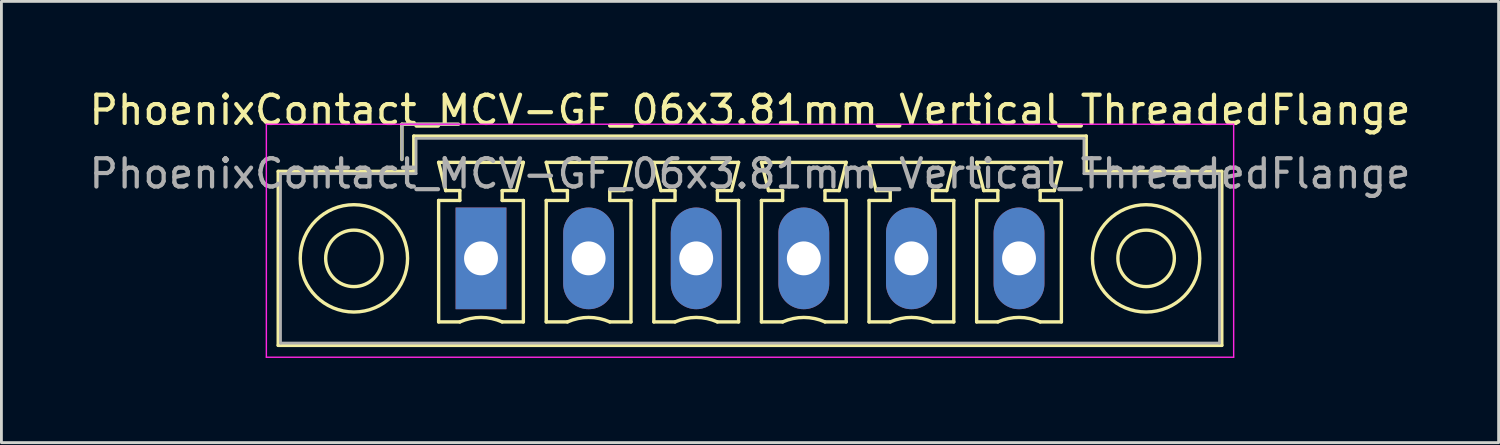
<source format=kicad_pcb>
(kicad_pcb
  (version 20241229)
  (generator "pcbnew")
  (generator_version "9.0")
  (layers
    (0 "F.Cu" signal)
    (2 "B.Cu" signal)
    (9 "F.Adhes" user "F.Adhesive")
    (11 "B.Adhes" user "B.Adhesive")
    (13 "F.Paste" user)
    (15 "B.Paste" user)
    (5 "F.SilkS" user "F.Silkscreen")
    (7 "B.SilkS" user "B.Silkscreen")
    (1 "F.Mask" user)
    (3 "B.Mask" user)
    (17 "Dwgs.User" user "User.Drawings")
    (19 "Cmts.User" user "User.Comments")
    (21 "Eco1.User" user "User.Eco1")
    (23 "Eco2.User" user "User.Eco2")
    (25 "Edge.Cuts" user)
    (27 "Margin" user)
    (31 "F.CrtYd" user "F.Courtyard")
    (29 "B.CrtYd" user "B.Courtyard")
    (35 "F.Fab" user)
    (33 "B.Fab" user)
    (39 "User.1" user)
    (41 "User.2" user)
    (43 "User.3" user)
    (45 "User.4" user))
  (footprint "PhoenixContact_MCV-GF_06x3.81mm_Vertical_ThreadedFlange"
    (layer "F.Cu")
    (at 13.981 6.098)
    (property "Reference" "PhoenixContact_MCV-GF_06x3.81mm_Vertical_ThreadedFlange" (at 9.525 -5.25 0) (layer "F.SilkS") (effects (font (size 1 1) (thickness 0.15))))
    (attr through_hole)
    (fp_line (start -7.18 -3.08) (end -7.18 3.08) (stroke (width 0.12) (type solid)) (layer "F.SilkS"))
    (fp_line (start -7.18 3.08) (end 26.23 3.08) (stroke (width 0.12) (type solid)) (layer "F.SilkS"))
    (fp_line (start -2.8 -4.75) (end -0.8 -4.75) (stroke (width 0.12) (type solid)) (layer "F.SilkS"))
    (fp_line (start -2.8 -3.5) (end -2.8 -4.75) (stroke (width 0.12) (type solid)) (layer "F.SilkS"))
    (fp_line (start -2.38 -4.33) (end -2.38 -3.08) (stroke (width 0.12) (type solid)) (layer "F.SilkS"))
    (fp_line (start -2.38 -3.08) (end -7.18 -3.08) (stroke (width 0.12) (type solid)) (layer "F.SilkS"))
    (fp_line (start -1.5 -3.4) (end 1.5 -3.4) (stroke (width 0.12) (type solid)) (layer "F.SilkS"))
    (fp_line (start -1.5 -2.05) (end -0.75 -2.05) (stroke (width 0.12) (type solid)) (layer "F.SilkS"))
    (fp_line (start -1.5 2.25) (end -1.5 -2.05) (stroke (width 0.12) (type solid)) (layer "F.SilkS"))
    (fp_line (start -1.25 -2.4) (end -1.5 -3.4) (stroke (width 0.12) (type solid)) (layer "F.SilkS"))
    (fp_line (start -0.75 -2.4) (end -1.25 -2.4) (stroke (width 0.12) (type solid)) (layer "F.SilkS"))
    (fp_line (start -0.75 -2.05) (end -0.75 -2.4) (stroke (width 0.12) (type solid)) (layer "F.SilkS"))
    (fp_line (start -0.75 2.25) (end -1.5 2.25) (stroke (width 0.12) (type solid)) (layer "F.SilkS"))
    (fp_line (start 0.75 -2.4) (end 0.75 -2.05) (stroke (width 0.12) (type solid)) (layer "F.SilkS"))
    (fp_line (start 0.75 -2.05) (end 1.5 -2.05) (stroke (width 0.12) (type solid)) (layer "F.SilkS"))
    (fp_line (start 1.25 -2.4) (end 0.75 -2.4) (stroke (width 0.12) (type solid)) (layer "F.SilkS"))
    (fp_line (start 1.5 -3.4) (end 1.25 -2.4) (stroke (width 0.12) (type solid)) (layer "F.SilkS"))
    (fp_line (start 1.5 -2.05) (end 1.5 2.25) (stroke (width 0.12) (type solid)) (layer "F.SilkS"))
    (fp_line (start 1.5 2.25) (end 0.75 2.25) (stroke (width 0.12) (type solid)) (layer "F.SilkS"))
    (fp_line (start 2.31 -3.4) (end 5.31 -3.4) (stroke (width 0.12) (type solid)) (layer "F.SilkS"))
    (fp_line (start 2.31 -2.05) (end 3.06 -2.05) (stroke (width 0.12) (type solid)) (layer "F.SilkS"))
    (fp_line (start 2.31 2.25) (end 2.31 -2.05) (stroke (width 0.12) (type solid)) (layer "F.SilkS"))
    (fp_line (start 2.56 -2.4) (end 2.31 -3.4) (stroke (width 0.12) (type solid)) (layer "F.SilkS"))
    (fp_line (start 3.06 -2.4) (end 2.56 -2.4) (stroke (width 0.12) (type solid)) (layer "F.SilkS"))
    (fp_line (start 3.06 -2.05) (end 3.06 -2.4) (stroke (width 0.12) (type solid)) (layer "F.SilkS"))
    (fp_line (start 3.06 2.25) (end 2.31 2.25) (stroke (width 0.12) (type solid)) (layer "F.SilkS"))
    (fp_line (start 4.56 -2.4) (end 4.56 -2.05) (stroke (width 0.12) (type solid)) (layer "F.SilkS"))
    (fp_line (start 4.56 -2.05) (end 5.31 -2.05) (stroke (width 0.12) (type solid)) (layer "F.SilkS"))
    (fp_line (start 5.06 -2.4) (end 4.56 -2.4) (stroke (width 0.12) (type solid)) (layer "F.SilkS"))
    (fp_line (start 5.31 -3.4) (end 5.06 -2.4) (stroke (width 0.12) (type solid)) (layer "F.SilkS"))
    (fp_line (start 5.31 -2.05) (end 5.31 2.25) (stroke (width 0.12) (type solid)) (layer "F.SilkS"))
    (fp_line (start 5.31 2.25) (end 4.56 2.25) (stroke (width 0.12) (type solid)) (layer "F.SilkS"))
    (fp_line (start 6.12 -3.4) (end 9.12 -3.4) (stroke (width 0.12) (type solid)) (layer "F.SilkS"))
    (fp_line (start 6.12 -2.05) (end 6.87 -2.05) (stroke (width 0.12) (type solid)) (layer "F.SilkS"))
    (fp_line (start 6.12 2.25) (end 6.12 -2.05) (stroke (width 0.12) (type solid)) (layer "F.SilkS"))
    (fp_line (start 6.37 -2.4) (end 6.12 -3.4) (stroke (width 0.12) (type solid)) (layer "F.SilkS"))
    (fp_line (start 6.87 -2.4) (end 6.37 -2.4) (stroke (width 0.12) (type solid)) (layer "F.SilkS"))
    (fp_line (start 6.87 -2.05) (end 6.87 -2.4) (stroke (width 0.12) (type solid)) (layer "F.SilkS"))
    (fp_line (start 6.87 2.25) (end 6.12 2.25) (stroke (width 0.12) (type solid)) (layer "F.SilkS"))
    (fp_line (start 8.37 -2.4) (end 8.37 -2.05) (stroke (width 0.12) (type solid)) (layer "F.SilkS"))
    (fp_line (start 8.37 -2.05) (end 9.12 -2.05) (stroke (width 0.12) (type solid)) (layer "F.SilkS"))
    (fp_line (start 8.87 -2.4) (end 8.37 -2.4) (stroke (width 0.12) (type solid)) (layer "F.SilkS"))
    (fp_line (start 9.12 -3.4) (end 8.87 -2.4) (stroke (width 0.12) (type solid)) (layer "F.SilkS"))
    (fp_line (start 9.12 -2.05) (end 9.12 2.25) (stroke (width 0.12) (type solid)) (layer "F.SilkS"))
    (fp_line (start 9.12 2.25) (end 8.37 2.25) (stroke (width 0.12) (type solid)) (layer "F.SilkS"))
    (fp_line (start 9.93 -3.4) (end 12.93 -3.4) (stroke (width 0.12) (type solid)) (layer "F.SilkS"))
    (fp_line (start 9.93 -2.05) (end 10.68 -2.05) (stroke (width 0.12) (type solid)) (layer "F.SilkS"))
    (fp_line (start 9.93 2.25) (end 9.93 -2.05) (stroke (width 0.12) (type solid)) (layer "F.SilkS"))
    (fp_line (start 10.18 -2.4) (end 9.93 -3.4) (stroke (width 0.12) (type solid)) (layer "F.SilkS"))
    (fp_line (start 10.68 -2.4) (end 10.18 -2.4) (stroke (width 0.12) (type solid)) (layer "F.SilkS"))
    (fp_line (start 10.68 -2.05) (end 10.68 -2.4) (stroke (width 0.12) (type solid)) (layer "F.SilkS"))
    (fp_line (start 10.68 2.25) (end 9.93 2.25) (stroke (width 0.12) (type solid)) (layer "F.SilkS"))
    (fp_line (start 12.18 -2.4) (end 12.18 -2.05) (stroke (width 0.12) (type solid)) (layer "F.SilkS"))
    (fp_line (start 12.18 -2.05) (end 12.93 -2.05) (stroke (width 0.12) (type solid)) (layer "F.SilkS"))
    (fp_line (start 12.68 -2.4) (end 12.18 -2.4) (stroke (width 0.12) (type solid)) (layer "F.SilkS"))
    (fp_line (start 12.93 -3.4) (end 12.68 -2.4) (stroke (width 0.12) (type solid)) (layer "F.SilkS"))
    (fp_line (start 12.93 -2.05) (end 12.93 2.25) (stroke (width 0.12) (type solid)) (layer "F.SilkS"))
    (fp_line (start 12.93 2.25) (end 12.18 2.25) (stroke (width 0.12) (type solid)) (layer "F.SilkS"))
    (fp_line (start 13.74 -3.4) (end 16.74 -3.4) (stroke (width 0.12) (type solid)) (layer "F.SilkS"))
    (fp_line (start 13.74 -2.05) (end 14.49 -2.05) (stroke (width 0.12) (type solid)) (layer "F.SilkS"))
    (fp_line (start 13.74 2.25) (end 13.74 -2.05) (stroke (width 0.12) (type solid)) (layer "F.SilkS"))
    (fp_line (start 13.99 -2.4) (end 13.74 -3.4) (stroke (width 0.12) (type solid)) (layer "F.SilkS"))
    (fp_line (start 14.49 -2.4) (end 13.99 -2.4) (stroke (width 0.12) (type solid)) (layer "F.SilkS"))
    (fp_line (start 14.49 -2.05) (end 14.49 -2.4) (stroke (width 0.12) (type solid)) (layer "F.SilkS"))
    (fp_line (start 14.49 2.25) (end 13.74 2.25) (stroke (width 0.12) (type solid)) (layer "F.SilkS"))
    (fp_line (start 15.99 -2.4) (end 15.99 -2.05) (stroke (width 0.12) (type solid)) (layer "F.SilkS"))
    (fp_line (start 15.99 -2.05) (end 16.74 -2.05) (stroke (width 0.12) (type solid)) (layer "F.SilkS"))
    (fp_line (start 16.49 -2.4) (end 15.99 -2.4) (stroke (width 0.12) (type solid)) (layer "F.SilkS"))
    (fp_line (start 16.74 -3.4) (end 16.49 -2.4) (stroke (width 0.12) (type solid)) (layer "F.SilkS"))
    (fp_line (start 16.74 -2.05) (end 16.74 2.25) (stroke (width 0.12) (type solid)) (layer "F.SilkS"))
    (fp_line (start 16.74 2.25) (end 15.99 2.25) (stroke (width 0.12) (type solid)) (layer "F.SilkS"))
    (fp_line (start 17.55 -3.4) (end 20.55 -3.4) (stroke (width 0.12) (type solid)) (layer "F.SilkS"))
    (fp_line (start 17.55 -2.05) (end 18.3 -2.05) (stroke (width 0.12) (type solid)) (layer "F.SilkS"))
    (fp_line (start 17.55 2.25) (end 17.55 -2.05) (stroke (width 0.12) (type solid)) (layer "F.SilkS"))
    (fp_line (start 17.8 -2.4) (end 17.55 -3.4) (stroke (width 0.12) (type solid)) (layer "F.SilkS"))
    (fp_line (start 18.3 -2.4) (end 17.8 -2.4) (stroke (width 0.12) (type solid)) (layer "F.SilkS"))
    (fp_line (start 18.3 -2.05) (end 18.3 -2.4) (stroke (width 0.12) (type solid)) (layer "F.SilkS"))
    (fp_line (start 18.3 2.25) (end 17.55 2.25) (stroke (width 0.12) (type solid)) (layer "F.SilkS"))
    (fp_line (start 19.8 -2.4) (end 19.8 -2.05) (stroke (width 0.12) (type solid)) (layer "F.SilkS"))
    (fp_line (start 19.8 -2.05) (end 20.55 -2.05) (stroke (width 0.12) (type solid)) (layer "F.SilkS"))
    (fp_line (start 20.3 -2.4) (end 19.8 -2.4) (stroke (width 0.12) (type solid)) (layer "F.SilkS"))
    (fp_line (start 20.55 -3.4) (end 20.3 -2.4) (stroke (width 0.12) (type solid)) (layer "F.SilkS"))
    (fp_line (start 20.55 -2.05) (end 20.55 2.25) (stroke (width 0.12) (type solid)) (layer "F.SilkS"))
    (fp_line (start 20.55 2.25) (end 19.8 2.25) (stroke (width 0.12) (type solid)) (layer "F.SilkS"))
    (fp_line (start 21.43 -4.33) (end -2.38 -4.33) (stroke (width 0.12) (type solid)) (layer "F.SilkS"))
    (fp_line (start 21.43 -3.08) (end 21.43 -4.33) (stroke (width 0.12) (type solid)) (layer "F.SilkS"))
    (fp_line (start 26.23 -3.08) (end 21.43 -3.08) (stroke (width 0.12) (type solid)) (layer "F.SilkS"))
    (fp_line (start 26.23 3.08) (end 26.23 -3.08) (stroke (width 0.12) (type solid)) (layer "F.SilkS"))
    (fp_arc (start -0.75 2.25) (mid -0.000193 2.09191) (end 0.749647 2.249844) (stroke (width 0.12) (type solid)) (layer "F.SilkS"))
    (fp_arc (start 3.06 2.25) (mid 3.809807 2.09191) (end 4.559647 2.249844) (stroke (width 0.12) (type solid)) (layer "F.SilkS"))
    (fp_arc (start 6.87 2.25) (mid 7.619807 2.09191) (end 8.369647 2.249844) (stroke (width 0.12) (type solid)) (layer "F.SilkS"))
    (fp_arc (start 10.68 2.25) (mid 11.429807 2.09191) (end 12.179647 2.249844) (stroke (width 0.12) (type solid)) (layer "F.SilkS"))
    (fp_arc (start 14.49 2.25) (mid 15.239807 2.09191) (end 15.989647 2.249844) (stroke (width 0.12) (type solid)) (layer "F.SilkS"))
    (fp_arc (start 18.3 2.25) (mid 19.049807 2.09191) (end 19.799647 2.249844) (stroke (width 0.12) (type solid)) (layer "F.SilkS"))
    (fp_circle (center -4.5 0) (end -3.5 0) (stroke (width 0.12) (type solid)) (fill no) (layer "F.SilkS"))
    (fp_circle (center -4.5 0) (end -2.6 0) (stroke (width 0.12) (type solid)) (fill no) (layer "F.SilkS"))
    (fp_circle (center 23.55 0) (end 24.55 0) (stroke (width 0.12) (type solid)) (fill no) (layer "F.SilkS"))
    (fp_circle (center 23.55 0) (end 25.45 0) (stroke (width 0.12) (type solid)) (fill no) (layer "F.SilkS"))
    (fp_line (start -7.6 -4.75) (end -7.6 3.5) (stroke (width 0.05) (type solid)) (layer "F.CrtYd"))
    (fp_line (start -7.6 3.5) (end 26.65 3.5) (stroke (width 0.05) (type solid)) (layer "F.CrtYd"))
    (fp_line (start 26.65 -4.75) (end -7.6 -4.75) (stroke (width 0.05) (type solid)) (layer "F.CrtYd"))
    (fp_line (start 26.65 3.5) (end 26.65 -4.75) (stroke (width 0.05) (type solid)) (layer "F.CrtYd"))
    (fp_line (start -7.1 -3) (end -7.1 3) (stroke (width 0.1) (type solid)) (layer "F.Fab"))
    (fp_line (start -7.1 3) (end 26.15 3) (stroke (width 0.1) (type solid)) (layer "F.Fab"))
    (fp_line (start -2.8 -4.75) (end -0.8 -4.75) (stroke (width 0.1) (type solid)) (layer "F.Fab"))
    (fp_line (start -2.8 -3.5) (end -2.8 -4.75) (stroke (width 0.1) (type solid)) (layer "F.Fab"))
    (fp_line (start -2.3 -4.25) (end -2.3 -3) (stroke (width 0.1) (type solid)) (layer "F.Fab"))
    (fp_line (start -2.3 -3) (end -7.1 -3) (stroke (width 0.1) (type solid)) (layer "F.Fab"))
    (fp_line (start 21.35 -4.25) (end -2.3 -4.25) (stroke (width 0.1) (type solid)) (layer "F.Fab"))
    (fp_line (start 21.35 -3) (end 21.35 -4.25) (stroke (width 0.1) (type solid)) (layer "F.Fab"))
    (fp_line (start 26.15 -3) (end 21.35 -3) (stroke (width 0.1) (type solid)) (layer "F.Fab"))
    (fp_line (start 26.15 3) (end 26.15 -3) (stroke (width 0.1) (type solid)) (layer "F.Fab"))
    (fp_text user "${REFERENCE}" (at 9.525 -3 0) (layer "F.Fab") (effects (font (size 1 1) (thickness 0.15))))
    (pad "1" thru_hole rect (at 0 0) (size 1.8 3.6) (drill 1.2) (layers "*.Cu" "*.Mask"))
    (pad "2" thru_hole oval (at 3.81 0) (size 1.8 3.6) (drill 1.2) (layers "*.Cu" "*.Mask"))
    (pad "3" thru_hole oval (at 7.62 0) (size 1.8 3.6) (drill 1.2) (layers "*.Cu" "*.Mask"))
    (pad "4" thru_hole oval (at 11.43 0) (size 1.8 3.6) (drill 1.2) (layers "*.Cu" "*.Mask"))
    (pad "5" thru_hole oval (at 15.24 0) (size 1.8 3.6) (drill 1.2) (layers "*.Cu" "*.Mask"))
    (pad "6" thru_hole oval (at 19.05 0) (size 1.8 3.6) (drill 1.2) (layers "*.Cu" "*.Mask")))
  (gr_rect
    (start -3 -3)
    (end 50.012 12.623)
    (stroke (width 0.1) (type default))
    (fill no)
    (layer "Edge.Cuts")))
</source>
